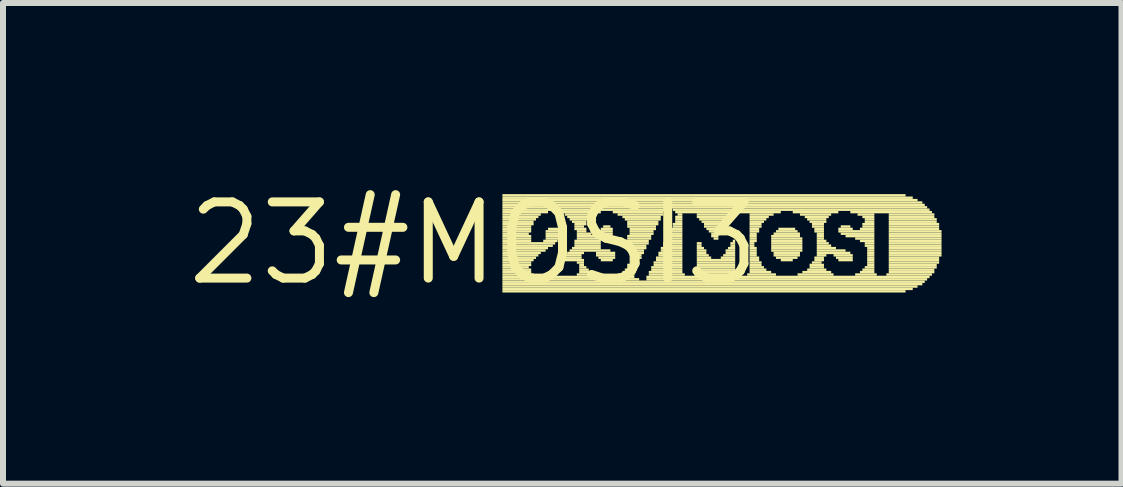
<source format=kicad_pcb>
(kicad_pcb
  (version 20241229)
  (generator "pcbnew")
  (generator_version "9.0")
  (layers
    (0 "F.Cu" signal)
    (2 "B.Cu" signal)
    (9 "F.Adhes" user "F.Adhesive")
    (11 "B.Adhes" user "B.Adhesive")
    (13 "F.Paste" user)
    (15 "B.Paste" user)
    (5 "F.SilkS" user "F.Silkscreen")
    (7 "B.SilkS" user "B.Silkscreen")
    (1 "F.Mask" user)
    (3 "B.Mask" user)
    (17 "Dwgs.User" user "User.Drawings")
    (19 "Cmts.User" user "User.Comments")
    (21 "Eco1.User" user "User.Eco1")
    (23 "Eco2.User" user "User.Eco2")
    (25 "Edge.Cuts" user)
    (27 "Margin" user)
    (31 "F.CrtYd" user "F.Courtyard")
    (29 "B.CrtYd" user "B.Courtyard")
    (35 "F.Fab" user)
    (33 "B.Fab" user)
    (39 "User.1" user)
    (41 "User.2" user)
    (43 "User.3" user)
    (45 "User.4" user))
  (footprint "23#MOSI3"
    (layer "F.Cu")
    (at 4.845 1.006)
    (property "Reference" "23#MOSI3" (at 0 0 0) (layer "F.SilkS") (effects (font (size 1.27 1.27) (thickness 0.15))))
    (fp_poly (pts (xy 0.48 -0.78) (xy 7.2 -0.78) (xy 7.2 -0.82) (xy 0.48 -0.82)) (stroke (width 0) (type default)) (fill yes) (layer "F.SilkS"))
    (fp_poly (pts (xy 0.48 -0.74) (xy 7.32 -0.74) (xy 7.32 -0.78) (xy 0.48 -0.78)) (stroke (width 0) (type default)) (fill yes) (layer "F.SilkS"))
    (fp_poly (pts (xy 0.48 -0.7) (xy 7.4 -0.7) (xy 7.4 -0.74) (xy 0.48 -0.74)) (stroke (width 0) (type default)) (fill yes) (layer "F.SilkS"))
    (fp_poly (pts (xy 0.48 -0.66) (xy 7.48 -0.66) (xy 7.48 -0.7) (xy 0.48 -0.7)) (stroke (width 0) (type default)) (fill yes) (layer "F.SilkS"))
    (fp_poly (pts (xy 0.48 -0.62) (xy 7.52 -0.62) (xy 7.52 -0.66) (xy 0.48 -0.66)) (stroke (width 0) (type default)) (fill yes) (layer "F.SilkS"))
    (fp_poly (pts (xy 0.48 -0.58) (xy 7.56 -0.58) (xy 7.56 -0.62) (xy 0.48 -0.62)) (stroke (width 0) (type default)) (fill yes) (layer "F.SilkS"))
    (fp_poly (pts (xy 0.48 -0.54) (xy 3.2 -0.54) (xy 3.2 -0.58) (xy 0.48 -0.58)) (stroke (width 0) (type default)) (fill yes) (layer "F.SilkS"))
    (fp_poly (pts (xy 0.48 -0.5) (xy 1.24 -0.5) (xy 1.24 -0.54) (xy 0.48 -0.54)) (stroke (width 0) (type default)) (fill yes) (layer "F.SilkS"))
    (fp_poly (pts (xy 0.48 -0.46) (xy 1.12 -0.46) (xy 1.12 -0.5) (xy 0.48 -0.5)) (stroke (width 0) (type default)) (fill yes) (layer "F.SilkS"))
    (fp_poly (pts (xy 0.48 -0.42) (xy 1.08 -0.42) (xy 1.08 -0.46) (xy 0.48 -0.46)) (stroke (width 0) (type default)) (fill yes) (layer "F.SilkS"))
    (fp_poly (pts (xy 0.48 -0.38) (xy 1.04 -0.38) (xy 1.04 -0.42) (xy 0.48 -0.42)) (stroke (width 0) (type default)) (fill yes) (layer "F.SilkS"))
    (fp_poly (pts (xy 0.48 -0.34) (xy 1 -0.34) (xy 1 -0.38) (xy 0.48 -0.38)) (stroke (width 0) (type default)) (fill yes) (layer "F.SilkS"))
    (fp_poly (pts (xy 0.48 -0.3) (xy 1 -0.3) (xy 1 -0.34) (xy 0.48 -0.34)) (stroke (width 0) (type default)) (fill yes) (layer "F.SilkS"))
    (fp_poly (pts (xy 0.48 -0.26) (xy 0.96 -0.26) (xy 0.96 -0.3) (xy 0.48 -0.3)) (stroke (width 0) (type default)) (fill yes) (layer "F.SilkS"))
    (fp_poly (pts (xy 0.48 -0.22) (xy 0.96 -0.22) (xy 0.96 -0.26) (xy 0.48 -0.26)) (stroke (width 0) (type default)) (fill yes) (layer "F.SilkS"))
    (fp_poly (pts (xy 0.48 -0.18) (xy 0.96 -0.18) (xy 0.96 -0.22) (xy 0.48 -0.22)) (stroke (width 0) (type default)) (fill yes) (layer "F.SilkS"))
    (fp_poly (pts (xy 0.48 -0.14) (xy 0.92 -0.14) (xy 0.92 -0.18) (xy 0.48 -0.18)) (stroke (width 0) (type default)) (fill yes) (layer "F.SilkS"))
    (fp_poly (pts (xy 0.48 -0.1) (xy 0.96 -0.1) (xy 0.96 -0.14) (xy 0.48 -0.14)) (stroke (width 0) (type default)) (fill yes) (layer "F.SilkS"))
    (fp_poly (pts (xy 0.48 -0.06) (xy 0.96 -0.06) (xy 0.96 -0.1) (xy 0.48 -0.1)) (stroke (width 0) (type default)) (fill yes) (layer "F.SilkS"))
    (fp_poly (pts (xy 0.48 -0.02) (xy 0.96 -0.02) (xy 0.96 -0.06) (xy 0.48 -0.06)) (stroke (width 0) (type default)) (fill yes) (layer "F.SilkS"))
    (fp_poly (pts (xy 0.48 0.02) (xy 1.36 0.02) (xy 1.36 -0.02) (xy 0.48 -0.02)) (stroke (width 0) (type default)) (fill yes) (layer "F.SilkS"))
    (fp_poly (pts (xy 0.48 0.06) (xy 1.32 0.06) (xy 1.32 0.02) (xy 0.48 0.02)) (stroke (width 0) (type default)) (fill yes) (layer "F.SilkS"))
    (fp_poly (pts (xy 0.48 0.1) (xy 1.24 0.1) (xy 1.24 0.06) (xy 0.48 0.06)) (stroke (width 0) (type default)) (fill yes) (layer "F.SilkS"))
    (fp_poly (pts (xy 0.48 0.14) (xy 1.2 0.14) (xy 1.2 0.1) (xy 0.48 0.1)) (stroke (width 0) (type default)) (fill yes) (layer "F.SilkS"))
    (fp_poly (pts (xy 0.48 0.18) (xy 1.12 0.18) (xy 1.12 0.14) (xy 0.48 0.14)) (stroke (width 0) (type default)) (fill yes) (layer "F.SilkS"))
    (fp_poly (pts (xy 0.48 0.22) (xy 1.08 0.22) (xy 1.08 0.18) (xy 0.48 0.18)) (stroke (width 0) (type default)) (fill yes) (layer "F.SilkS"))
    (fp_poly (pts (xy 0.48 0.26) (xy 1.04 0.26) (xy 1.04 0.22) (xy 0.48 0.22)) (stroke (width 0) (type default)) (fill yes) (layer "F.SilkS"))
    (fp_poly (pts (xy 0.48 0.3) (xy 1 0.3) (xy 1 0.26) (xy 0.48 0.26)) (stroke (width 0) (type default)) (fill yes) (layer "F.SilkS"))
    (fp_poly (pts (xy 0.48 0.34) (xy 0.96 0.34) (xy 0.96 0.3) (xy 0.48 0.3)) (stroke (width 0) (type default)) (fill yes) (layer "F.SilkS"))
    (fp_poly (pts (xy 0.48 0.38) (xy 0.96 0.38) (xy 0.96 0.34) (xy 0.48 0.34)) (stroke (width 0) (type default)) (fill yes) (layer "F.SilkS"))
    (fp_poly (pts (xy 0.48 0.42) (xy 0.92 0.42) (xy 0.92 0.38) (xy 0.48 0.38)) (stroke (width 0) (type default)) (fill yes) (layer "F.SilkS"))
    (fp_poly (pts (xy 0.48 0.46) (xy 0.96 0.46) (xy 0.96 0.42) (xy 0.48 0.42)) (stroke (width 0) (type default)) (fill yes) (layer "F.SilkS"))
    (fp_poly (pts (xy 0.48 0.5) (xy 0.96 0.5) (xy 0.96 0.46) (xy 0.48 0.46)) (stroke (width 0) (type default)) (fill yes) (layer "F.SilkS"))
    (fp_poly (pts (xy 0.48 0.54) (xy 1 0.54) (xy 1 0.5) (xy 0.48 0.5)) (stroke (width 0) (type default)) (fill yes) (layer "F.SilkS"))
    (fp_poly (pts (xy 0.48 0.58) (xy 2.68 0.58) (xy 2.68 0.54) (xy 0.48 0.54)) (stroke (width 0) (type default)) (fill yes) (layer "F.SilkS"))
    (fp_poly (pts (xy 0.48 0.62) (xy 2.76 0.62) (xy 2.76 0.58) (xy 0.48 0.58)) (stroke (width 0) (type default)) (fill yes) (layer "F.SilkS"))
    (fp_poly (pts (xy 0.48 0.66) (xy 7.52 0.66) (xy 7.52 0.62) (xy 0.48 0.62)) (stroke (width 0) (type default)) (fill yes) (layer "F.SilkS"))
    (fp_poly (pts (xy 0.48 0.7) (xy 7.48 0.7) (xy 7.48 0.66) (xy 0.48 0.66)) (stroke (width 0) (type default)) (fill yes) (layer "F.SilkS"))
    (fp_poly (pts (xy 0.48 0.74) (xy 7.4 0.74) (xy 7.4 0.7) (xy 0.48 0.7)) (stroke (width 0) (type default)) (fill yes) (layer "F.SilkS"))
    (fp_poly (pts (xy 0.48 0.78) (xy 7.32 0.78) (xy 7.32 0.74) (xy 0.48 0.74)) (stroke (width 0) (type default)) (fill yes) (layer "F.SilkS"))
    (fp_poly (pts (xy 0.48 0.82) (xy 7.2 0.82) (xy 7.2 0.78) (xy 0.48 0.78)) (stroke (width 0) (type default)) (fill yes) (layer "F.SilkS"))
    (fp_poly (pts (xy 1.16 -0.02) (xy 1.4 -0.02) (xy 1.4 -0.06) (xy 1.16 -0.06)) (stroke (width 0) (type default)) (fill yes) (layer "F.SilkS"))
    (fp_poly (pts (xy 1.2 -0.18) (xy 1.44 -0.18) (xy 1.44 -0.22) (xy 1.2 -0.22)) (stroke (width 0) (type default)) (fill yes) (layer "F.SilkS"))
    (fp_poly (pts (xy 1.2 -0.14) (xy 1.48 -0.14) (xy 1.48 -0.18) (xy 1.2 -0.18)) (stroke (width 0) (type default)) (fill yes) (layer "F.SilkS"))
    (fp_poly (pts (xy 1.2 -0.1) (xy 1.44 -0.1) (xy 1.44 -0.14) (xy 1.2 -0.14)) (stroke (width 0) (type default)) (fill yes) (layer "F.SilkS"))
    (fp_poly (pts (xy 1.2 -0.06) (xy 1.44 -0.06) (xy 1.44 -0.1) (xy 1.2 -0.1)) (stroke (width 0) (type default)) (fill yes) (layer "F.SilkS"))
    (fp_poly (pts (xy 1.24 -0.22) (xy 1.44 -0.22) (xy 1.44 -0.26) (xy 1.24 -0.26)) (stroke (width 0) (type default)) (fill yes) (layer "F.SilkS"))
    (fp_poly (pts (xy 1.4 -0.5) (xy 2.12 -0.5) (xy 2.12 -0.54) (xy 1.4 -0.54)) (stroke (width 0) (type default)) (fill yes) (layer "F.SilkS"))
    (fp_poly (pts (xy 1.4 0.3) (xy 1.84 0.3) (xy 1.84 0.26) (xy 1.4 0.26)) (stroke (width 0) (type default)) (fill yes) (layer "F.SilkS"))
    (fp_poly (pts (xy 1.44 0.26) (xy 1.8 0.26) (xy 1.8 0.22) (xy 1.44 0.22)) (stroke (width 0) (type default)) (fill yes) (layer "F.SilkS"))
    (fp_poly (pts (xy 1.52 -0.46) (xy 2 -0.46) (xy 2 -0.5) (xy 1.52 -0.5)) (stroke (width 0) (type default)) (fill yes) (layer "F.SilkS"))
    (fp_poly (pts (xy 1.52 0.22) (xy 1.8 0.22) (xy 1.8 0.18) (xy 1.52 0.18)) (stroke (width 0) (type default)) (fill yes) (layer "F.SilkS"))
    (fp_poly (pts (xy 1.56 -0.42) (xy 1.96 -0.42) (xy 1.96 -0.46) (xy 1.56 -0.46)) (stroke (width 0) (type default)) (fill yes) (layer "F.SilkS"))
    (fp_poly (pts (xy 1.56 0.18) (xy 1.84 0.18) (xy 1.84 0.14) (xy 1.56 0.14)) (stroke (width 0) (type default)) (fill yes) (layer "F.SilkS"))
    (fp_poly (pts (xy 1.6 -0.38) (xy 1.92 -0.38) (xy 1.92 -0.42) (xy 1.6 -0.42)) (stroke (width 0) (type default)) (fill yes) (layer "F.SilkS"))
    (fp_poly (pts (xy 1.6 0.14) (xy 2.28 0.14) (xy 2.28 0.1) (xy 1.6 0.1)) (stroke (width 0) (type default)) (fill yes) (layer "F.SilkS"))
    (fp_poly (pts (xy 1.64 -0.34) (xy 1.88 -0.34) (xy 1.88 -0.38) (xy 1.64 -0.38)) (stroke (width 0) (type default)) (fill yes) (layer "F.SilkS"))
    (fp_poly (pts (xy 1.64 0.1) (xy 2.12 0.1) (xy 2.12 0.06) (xy 1.64 0.06)) (stroke (width 0) (type default)) (fill yes) (layer "F.SilkS"))
    (fp_poly (pts (xy 1.68 -0.3) (xy 1.88 -0.3) (xy 1.88 -0.34) (xy 1.68 -0.34)) (stroke (width 0) (type default)) (fill yes) (layer "F.SilkS"))
    (fp_poly (pts (xy 1.68 -0.26) (xy 1.84 -0.26) (xy 1.84 -0.3) (xy 1.68 -0.3)) (stroke (width 0) (type default)) (fill yes) (layer "F.SilkS"))
    (fp_poly (pts (xy 1.68 -0.22) (xy 1.88 -0.22) (xy 1.88 -0.26) (xy 1.68 -0.26)) (stroke (width 0) (type default)) (fill yes) (layer "F.SilkS"))
    (fp_poly (pts (xy 1.68 -0.02) (xy 2.12 -0.02) (xy 2.12 -0.06) (xy 1.68 -0.06)) (stroke (width 0) (type default)) (fill yes) (layer "F.SilkS"))
    (fp_poly (pts (xy 1.68 0.02) (xy 2.12 0.02) (xy 2.12 -0.02) (xy 1.68 -0.02)) (stroke (width 0) (type default)) (fill yes) (layer "F.SilkS"))
    (fp_poly (pts (xy 1.68 0.06) (xy 2.12 0.06) (xy 2.12 0.02) (xy 1.68 0.02)) (stroke (width 0) (type default)) (fill yes) (layer "F.SilkS"))
    (fp_poly (pts (xy 1.72 -0.18) (xy 1.88 -0.18) (xy 1.88 -0.22) (xy 1.72 -0.22)) (stroke (width 0) (type default)) (fill yes) (layer "F.SilkS"))
    (fp_poly (pts (xy 1.72 -0.14) (xy 1.96 -0.14) (xy 1.96 -0.18) (xy 1.72 -0.18)) (stroke (width 0) (type default)) (fill yes) (layer "F.SilkS"))
    (fp_poly (pts (xy 1.72 -0.1) (xy 2.12 -0.1) (xy 2.12 -0.14) (xy 1.72 -0.14)) (stroke (width 0) (type default)) (fill yes) (layer "F.SilkS"))
    (fp_poly (pts (xy 1.72 -0.06) (xy 2.12 -0.06) (xy 2.12 -0.1) (xy 1.72 -0.1)) (stroke (width 0) (type default)) (fill yes) (layer "F.SilkS"))
    (fp_poly (pts (xy 1.72 0.34) (xy 1.84 0.34) (xy 1.84 0.3) (xy 1.72 0.3)) (stroke (width 0) (type default)) (fill yes) (layer "F.SilkS"))
    (fp_poly (pts (xy 1.72 0.54) (xy 2 0.54) (xy 2 0.5) (xy 1.72 0.5)) (stroke (width 0) (type default)) (fill yes) (layer "F.SilkS"))
    (fp_poly (pts (xy 1.76 0.38) (xy 1.84 0.38) (xy 1.84 0.34) (xy 1.76 0.34)) (stroke (width 0) (type default)) (fill yes) (layer "F.SilkS"))
    (fp_poly (pts (xy 1.76 0.42) (xy 1.88 0.42) (xy 1.88 0.38) (xy 1.76 0.38)) (stroke (width 0) (type default)) (fill yes) (layer "F.SilkS"))
    (fp_poly (pts (xy 1.76 0.46) (xy 1.92 0.46) (xy 1.92 0.42) (xy 1.76 0.42)) (stroke (width 0) (type default)) (fill yes) (layer "F.SilkS"))
    (fp_poly (pts (xy 1.76 0.5) (xy 1.96 0.5) (xy 1.96 0.46) (xy 1.76 0.46)) (stroke (width 0) (type default)) (fill yes) (layer "F.SilkS"))
    (fp_poly (pts (xy 2.04 -0.14) (xy 2.32 -0.14) (xy 2.32 -0.18) (xy 2.04 -0.18)) (stroke (width 0) (type default)) (fill yes) (layer "F.SilkS"))
    (fp_poly (pts (xy 2.04 0.18) (xy 2.36 0.18) (xy 2.36 0.14) (xy 2.04 0.14)) (stroke (width 0) (type default)) (fill yes) (layer "F.SilkS"))
    (fp_poly (pts (xy 2.04 0.22) (xy 2.36 0.22) (xy 2.36 0.18) (xy 2.04 0.18)) (stroke (width 0) (type default)) (fill yes) (layer "F.SilkS"))
    (fp_poly (pts (xy 2.08 -0.18) (xy 2.32 -0.18) (xy 2.32 -0.22) (xy 2.08 -0.22)) (stroke (width 0) (type default)) (fill yes) (layer "F.SilkS"))
    (fp_poly (pts (xy 2.08 0.26) (xy 2.36 0.26) (xy 2.36 0.22) (xy 2.08 0.22)) (stroke (width 0) (type default)) (fill yes) (layer "F.SilkS"))
    (fp_poly (pts (xy 2.12 -0.22) (xy 2.32 -0.22) (xy 2.32 -0.26) (xy 2.12 -0.26)) (stroke (width 0) (type default)) (fill yes) (layer "F.SilkS"))
    (fp_poly (pts (xy 2.12 0.3) (xy 2.32 0.3) (xy 2.32 0.26) (xy 2.12 0.26)) (stroke (width 0) (type default)) (fill yes) (layer "F.SilkS"))
    (fp_poly (pts (xy 2.16 -0.26) (xy 2.28 -0.26) (xy 2.28 -0.3) (xy 2.16 -0.3)) (stroke (width 0) (type default)) (fill yes) (layer "F.SilkS"))
    (fp_poly (pts (xy 2.32 -0.5) (xy 3.16 -0.5) (xy 3.16 -0.54) (xy 2.32 -0.54)) (stroke (width 0) (type default)) (fill yes) (layer "F.SilkS"))
    (fp_poly (pts (xy 2.4 -0.46) (xy 3.16 -0.46) (xy 3.16 -0.5) (xy 2.4 -0.5)) (stroke (width 0) (type default)) (fill yes) (layer "F.SilkS"))
    (fp_poly (pts (xy 2.4 0.54) (xy 2.68 0.54) (xy 2.68 0.5) (xy 2.4 0.5)) (stroke (width 0) (type default)) (fill yes) (layer "F.SilkS"))
    (fp_poly (pts (xy 2.48 -0.42) (xy 3.12 -0.42) (xy 3.12 -0.46) (xy 2.48 -0.46)) (stroke (width 0) (type default)) (fill yes) (layer "F.SilkS"))
    (fp_poly (pts (xy 2.48 0.02) (xy 2.92 0.02) (xy 2.92 -0.02) (xy 2.48 -0.02)) (stroke (width 0) (type default)) (fill yes) (layer "F.SilkS"))
    (fp_poly (pts (xy 2.48 0.5) (xy 2.68 0.5) (xy 2.68 0.46) (xy 2.48 0.46)) (stroke (width 0) (type default)) (fill yes) (layer "F.SilkS"))
    (fp_poly (pts (xy 2.52 -0.38) (xy 3.12 -0.38) (xy 3.12 -0.42) (xy 2.52 -0.42)) (stroke (width 0) (type default)) (fill yes) (layer "F.SilkS"))
    (fp_poly (pts (xy 2.52 -0.02) (xy 2.92 -0.02) (xy 2.92 -0.06) (xy 2.52 -0.06)) (stroke (width 0) (type default)) (fill yes) (layer "F.SilkS"))
    (fp_poly (pts (xy 2.52 0.06) (xy 2.88 0.06) (xy 2.88 0.02) (xy 2.52 0.02)) (stroke (width 0) (type default)) (fill yes) (layer "F.SilkS"))
    (fp_poly (pts (xy 2.52 0.46) (xy 2.72 0.46) (xy 2.72 0.42) (xy 2.52 0.42)) (stroke (width 0) (type default)) (fill yes) (layer "F.SilkS"))
    (fp_poly (pts (xy 2.56 -0.34) (xy 3.08 -0.34) (xy 3.08 -0.38) (xy 2.56 -0.38)) (stroke (width 0) (type default)) (fill yes) (layer "F.SilkS"))
    (fp_poly (pts (xy 2.56 -0.3) (xy 3.08 -0.3) (xy 3.08 -0.34) (xy 2.56 -0.34)) (stroke (width 0) (type default)) (fill yes) (layer "F.SilkS"))
    (fp_poly (pts (xy 2.56 -0.26) (xy 3.04 -0.26) (xy 3.04 -0.3) (xy 2.56 -0.3)) (stroke (width 0) (type default)) (fill yes) (layer "F.SilkS"))
    (fp_poly (pts (xy 2.56 -0.1) (xy 2.96 -0.1) (xy 2.96 -0.14) (xy 2.56 -0.14)) (stroke (width 0) (type default)) (fill yes) (layer "F.SilkS"))
    (fp_poly (pts (xy 2.56 -0.06) (xy 2.96 -0.06) (xy 2.96 -0.1) (xy 2.56 -0.1)) (stroke (width 0) (type default)) (fill yes) (layer "F.SilkS"))
    (fp_poly (pts (xy 2.56 0.1) (xy 2.88 0.1) (xy 2.88 0.06) (xy 2.56 0.06)) (stroke (width 0) (type default)) (fill yes) (layer "F.SilkS"))
    (fp_poly (pts (xy 2.56 0.38) (xy 2.72 0.38) (xy 2.72 0.34) (xy 2.56 0.34)) (stroke (width 0) (type default)) (fill yes) (layer "F.SilkS"))
    (fp_poly (pts (xy 2.56 0.42) (xy 2.72 0.42) (xy 2.72 0.38) (xy 2.56 0.38)) (stroke (width 0) (type default)) (fill yes) (layer "F.SilkS"))
    (fp_poly (pts (xy 2.6 -0.22) (xy 3.04 -0.22) (xy 3.04 -0.26) (xy 2.6 -0.26)) (stroke (width 0) (type default)) (fill yes) (layer "F.SilkS"))
    (fp_poly (pts (xy 2.6 -0.18) (xy 3 -0.18) (xy 3 -0.22) (xy 2.6 -0.22)) (stroke (width 0) (type default)) (fill yes) (layer "F.SilkS"))
    (fp_poly (pts (xy 2.6 -0.14) (xy 3 -0.14) (xy 3 -0.18) (xy 2.6 -0.18)) (stroke (width 0) (type default)) (fill yes) (layer "F.SilkS"))
    (fp_poly (pts (xy 2.6 0.14) (xy 2.84 0.14) (xy 2.84 0.1) (xy 2.6 0.1)) (stroke (width 0) (type default)) (fill yes) (layer "F.SilkS"))
    (fp_poly (pts (xy 2.6 0.18) (xy 2.84 0.18) (xy 2.84 0.14) (xy 2.6 0.14)) (stroke (width 0) (type default)) (fill yes) (layer "F.SilkS"))
    (fp_poly (pts (xy 2.6 0.22) (xy 2.8 0.22) (xy 2.8 0.18) (xy 2.6 0.18)) (stroke (width 0) (type default)) (fill yes) (layer "F.SilkS"))
    (fp_poly (pts (xy 2.6 0.26) (xy 2.8 0.26) (xy 2.8 0.22) (xy 2.6 0.22)) (stroke (width 0) (type default)) (fill yes) (layer "F.SilkS"))
    (fp_poly (pts (xy 2.6 0.3) (xy 2.76 0.3) (xy 2.76 0.26) (xy 2.6 0.26)) (stroke (width 0) (type default)) (fill yes) (layer "F.SilkS"))
    (fp_poly (pts (xy 2.6 0.34) (xy 2.76 0.34) (xy 2.76 0.3) (xy 2.6 0.3)) (stroke (width 0) (type default)) (fill yes) (layer "F.SilkS"))
    (fp_poly (pts (xy 2.88 0.58) (xy 7.6 0.58) (xy 7.6 0.54) (xy 2.88 0.54)) (stroke (width 0) (type default)) (fill yes) (layer "F.SilkS"))
    (fp_poly (pts (xy 2.88 0.62) (xy 7.56 0.62) (xy 7.56 0.58) (xy 2.88 0.58)) (stroke (width 0) (type default)) (fill yes) (layer "F.SilkS"))
    (fp_poly (pts (xy 2.92 0.5) (xy 3.48 0.5) (xy 3.48 0.46) (xy 2.92 0.46)) (stroke (width 0) (type default)) (fill yes) (layer "F.SilkS"))
    (fp_poly (pts (xy 2.92 0.54) (xy 3.52 0.54) (xy 3.52 0.5) (xy 2.92 0.5)) (stroke (width 0) (type default)) (fill yes) (layer "F.SilkS"))
    (fp_poly (pts (xy 2.96 0.42) (xy 3.48 0.42) (xy 3.48 0.38) (xy 2.96 0.38)) (stroke (width 0) (type default)) (fill yes) (layer "F.SilkS"))
    (fp_poly (pts (xy 2.96 0.46) (xy 3.48 0.46) (xy 3.48 0.42) (xy 2.96 0.42)) (stroke (width 0) (type default)) (fill yes) (layer "F.SilkS"))
    (fp_poly (pts (xy 3 0.34) (xy 3.48 0.34) (xy 3.48 0.3) (xy 3 0.3)) (stroke (width 0) (type default)) (fill yes) (layer "F.SilkS"))
    (fp_poly (pts (xy 3 0.38) (xy 3.48 0.38) (xy 3.48 0.34) (xy 3 0.34)) (stroke (width 0) (type default)) (fill yes) (layer "F.SilkS"))
    (fp_poly (pts (xy 3.04 0.26) (xy 3.48 0.26) (xy 3.48 0.22) (xy 3.04 0.22)) (stroke (width 0) (type default)) (fill yes) (layer "F.SilkS"))
    (fp_poly (pts (xy 3.04 0.3) (xy 3.48 0.3) (xy 3.48 0.26) (xy 3.04 0.26)) (stroke (width 0) (type default)) (fill yes) (layer "F.SilkS"))
    (fp_poly (pts (xy 3.08 0.18) (xy 3.48 0.18) (xy 3.48 0.14) (xy 3.08 0.14)) (stroke (width 0) (type default)) (fill yes) (layer "F.SilkS"))
    (fp_poly (pts (xy 3.08 0.22) (xy 3.48 0.22) (xy 3.48 0.18) (xy 3.08 0.18)) (stroke (width 0) (type default)) (fill yes) (layer "F.SilkS"))
    (fp_poly (pts (xy 3.12 0.1) (xy 3.48 0.1) (xy 3.48 0.06) (xy 3.12 0.06)) (stroke (width 0) (type default)) (fill yes) (layer "F.SilkS"))
    (fp_poly (pts (xy 3.12 0.14) (xy 3.48 0.14) (xy 3.48 0.1) (xy 3.12 0.1)) (stroke (width 0) (type default)) (fill yes) (layer "F.SilkS"))
    (fp_poly (pts (xy 3.16 0.02) (xy 3.48 0.02) (xy 3.48 -0.02) (xy 3.16 -0.02)) (stroke (width 0) (type default)) (fill yes) (layer "F.SilkS"))
    (fp_poly (pts (xy 3.16 0.06) (xy 3.48 0.06) (xy 3.48 0.02) (xy 3.16 0.02)) (stroke (width 0) (type default)) (fill yes) (layer "F.SilkS"))
    (fp_poly (pts (xy 3.2 -0.06) (xy 3.48 -0.06) (xy 3.48 -0.1) (xy 3.2 -0.1)) (stroke (width 0) (type default)) (fill yes) (layer "F.SilkS"))
    (fp_poly (pts (xy 3.2 -0.02) (xy 3.48 -0.02) (xy 3.48 -0.06) (xy 3.2 -0.06)) (stroke (width 0) (type default)) (fill yes) (layer "F.SilkS"))
    (fp_poly (pts (xy 3.24 -0.14) (xy 3.48 -0.14) (xy 3.48 -0.18) (xy 3.24 -0.18)) (stroke (width 0) (type default)) (fill yes) (layer "F.SilkS"))
    (fp_poly (pts (xy 3.24 -0.1) (xy 3.48 -0.1) (xy 3.48 -0.14) (xy 3.24 -0.14)) (stroke (width 0) (type default)) (fill yes) (layer "F.SilkS"))
    (fp_poly (pts (xy 3.28 -0.22) (xy 3.48 -0.22) (xy 3.48 -0.26) (xy 3.28 -0.26)) (stroke (width 0) (type default)) (fill yes) (layer "F.SilkS"))
    (fp_poly (pts (xy 3.28 -0.18) (xy 3.48 -0.18) (xy 3.48 -0.22) (xy 3.28 -0.22)) (stroke (width 0) (type default)) (fill yes) (layer "F.SilkS"))
    (fp_poly (pts (xy 3.32 -0.54) (xy 7.6 -0.54) (xy 7.6 -0.58) (xy 3.32 -0.58)) (stroke (width 0) (type default)) (fill yes) (layer "F.SilkS"))
    (fp_poly (pts (xy 3.32 -0.3) (xy 3.48 -0.3) (xy 3.48 -0.34) (xy 3.32 -0.34)) (stroke (width 0) (type default)) (fill yes) (layer "F.SilkS"))
    (fp_poly (pts (xy 3.32 -0.26) (xy 3.48 -0.26) (xy 3.48 -0.3) (xy 3.32 -0.3)) (stroke (width 0) (type default)) (fill yes) (layer "F.SilkS"))
    (fp_poly (pts (xy 3.36 -0.5) (xy 5.12 -0.5) (xy 5.12 -0.54) (xy 3.36 -0.54)) (stroke (width 0) (type default)) (fill yes) (layer "F.SilkS"))
    (fp_poly (pts (xy 3.36 -0.42) (xy 3.48 -0.42) (xy 3.48 -0.46) (xy 3.36 -0.46)) (stroke (width 0) (type default)) (fill yes) (layer "F.SilkS"))
    (fp_poly (pts (xy 3.36 -0.38) (xy 3.48 -0.38) (xy 3.48 -0.42) (xy 3.36 -0.42)) (stroke (width 0) (type default)) (fill yes) (layer "F.SilkS"))
    (fp_poly (pts (xy 3.36 -0.34) (xy 3.48 -0.34) (xy 3.48 -0.38) (xy 3.36 -0.38)) (stroke (width 0) (type default)) (fill yes) (layer "F.SilkS"))
    (fp_poly (pts (xy 3.4 -0.46) (xy 3.48 -0.46) (xy 3.48 -0.5) (xy 3.4 -0.5)) (stroke (width 0) (type default)) (fill yes) (layer "F.SilkS"))
    (fp_poly (pts (xy 3.68 0.54) (xy 4.4 0.54) (xy 4.4 0.5) (xy 3.68 0.5)) (stroke (width 0) (type default)) (fill yes) (layer "F.SilkS"))
    (fp_poly (pts (xy 3.72 -0.46) (xy 4.36 -0.46) (xy 4.36 -0.5) (xy 3.72 -0.5)) (stroke (width 0) (type default)) (fill yes) (layer "F.SilkS"))
    (fp_poly (pts (xy 3.72 -0.42) (xy 4.36 -0.42) (xy 4.36 -0.46) (xy 3.72 -0.46)) (stroke (width 0) (type default)) (fill yes) (layer "F.SilkS"))
    (fp_poly (pts (xy 3.72 0.02) (xy 3.8 0.02) (xy 3.8 -0.02) (xy 3.72 -0.02)) (stroke (width 0) (type default)) (fill yes) (layer "F.SilkS"))
    (fp_poly (pts (xy 3.72 0.06) (xy 3.8 0.06) (xy 3.8 0.02) (xy 3.72 0.02)) (stroke (width 0) (type default)) (fill yes) (layer "F.SilkS"))
    (fp_poly (pts (xy 3.72 0.1) (xy 3.84 0.1) (xy 3.84 0.06) (xy 3.72 0.06)) (stroke (width 0) (type default)) (fill yes) (layer "F.SilkS"))
    (fp_poly (pts (xy 3.72 0.14) (xy 3.88 0.14) (xy 3.88 0.1) (xy 3.72 0.1)) (stroke (width 0) (type default)) (fill yes) (layer "F.SilkS"))
    (fp_poly (pts (xy 3.72 0.18) (xy 3.88 0.18) (xy 3.88 0.14) (xy 3.72 0.14)) (stroke (width 0) (type default)) (fill yes) (layer "F.SilkS"))
    (fp_poly (pts (xy 3.72 0.22) (xy 3.92 0.22) (xy 3.92 0.18) (xy 3.72 0.18)) (stroke (width 0) (type default)) (fill yes) (layer "F.SilkS"))
    (fp_poly (pts (xy 3.72 0.26) (xy 3.96 0.26) (xy 3.96 0.22) (xy 3.72 0.22)) (stroke (width 0) (type default)) (fill yes) (layer "F.SilkS"))
    (fp_poly (pts (xy 3.72 0.3) (xy 4.36 0.3) (xy 4.36 0.26) (xy 3.72 0.26)) (stroke (width 0) (type default)) (fill yes) (layer "F.SilkS"))
    (fp_poly (pts (xy 3.72 0.34) (xy 4.36 0.34) (xy 4.36 0.3) (xy 3.72 0.3)) (stroke (width 0) (type default)) (fill yes) (layer "F.SilkS"))
    (fp_poly (pts (xy 3.72 0.38) (xy 4.36 0.38) (xy 4.36 0.34) (xy 3.72 0.34)) (stroke (width 0) (type default)) (fill yes) (layer "F.SilkS"))
    (fp_poly (pts (xy 3.72 0.42) (xy 4.36 0.42) (xy 4.36 0.38) (xy 3.72 0.38)) (stroke (width 0) (type default)) (fill yes) (layer "F.SilkS"))
    (fp_poly (pts (xy 3.72 0.46) (xy 4.36 0.46) (xy 4.36 0.42) (xy 3.72 0.42)) (stroke (width 0) (type default)) (fill yes) (layer "F.SilkS"))
    (fp_poly (pts (xy 3.72 0.5) (xy 4.36 0.5) (xy 4.36 0.46) (xy 3.72 0.46)) (stroke (width 0) (type default)) (fill yes) (layer "F.SilkS"))
    (fp_poly (pts (xy 3.76 -0.38) (xy 4.32 -0.38) (xy 4.32 -0.42) (xy 3.76 -0.42)) (stroke (width 0) (type default)) (fill yes) (layer "F.SilkS"))
    (fp_poly (pts (xy 3.8 -0.34) (xy 4.28 -0.34) (xy 4.28 -0.38) (xy 3.8 -0.38)) (stroke (width 0) (type default)) (fill yes) (layer "F.SilkS"))
    (fp_poly (pts (xy 3.84 -0.3) (xy 4.24 -0.3) (xy 4.24 -0.34) (xy 3.84 -0.34)) (stroke (width 0) (type default)) (fill yes) (layer "F.SilkS"))
    (fp_poly (pts (xy 3.84 -0.26) (xy 4.2 -0.26) (xy 4.2 -0.3) (xy 3.84 -0.3)) (stroke (width 0) (type default)) (fill yes) (layer "F.SilkS"))
    (fp_poly (pts (xy 3.88 -0.22) (xy 4.2 -0.22) (xy 4.2 -0.26) (xy 3.88 -0.26)) (stroke (width 0) (type default)) (fill yes) (layer "F.SilkS"))
    (fp_poly (pts (xy 3.92 -0.18) (xy 4.16 -0.18) (xy 4.16 -0.22) (xy 3.92 -0.22)) (stroke (width 0) (type default)) (fill yes) (layer "F.SilkS"))
    (fp_poly (pts (xy 3.96 -0.14) (xy 4.12 -0.14) (xy 4.12 -0.18) (xy 3.96 -0.18)) (stroke (width 0) (type default)) (fill yes) (layer "F.SilkS"))
    (fp_poly (pts (xy 3.96 -0.1) (xy 4.08 -0.1) (xy 4.08 -0.14) (xy 3.96 -0.14)) (stroke (width 0) (type default)) (fill yes) (layer "F.SilkS"))
    (fp_poly (pts (xy 4 -0.06) (xy 4.08 -0.06) (xy 4.08 -0.1) (xy 4 -0.1)) (stroke (width 0) (type default)) (fill yes) (layer "F.SilkS"))
    (fp_poly (pts (xy 4.12 0.26) (xy 4.36 0.26) (xy 4.36 0.22) (xy 4.12 0.22)) (stroke (width 0) (type default)) (fill yes) (layer "F.SilkS"))
    (fp_poly (pts (xy 4.16 0.22) (xy 4.36 0.22) (xy 4.36 0.18) (xy 4.16 0.18)) (stroke (width 0) (type default)) (fill yes) (layer "F.SilkS"))
    (fp_poly (pts (xy 4.2 0.14) (xy 4.36 0.14) (xy 4.36 0.1) (xy 4.2 0.1)) (stroke (width 0) (type default)) (fill yes) (layer "F.SilkS"))
    (fp_poly (pts (xy 4.2 0.18) (xy 4.36 0.18) (xy 4.36 0.14) (xy 4.2 0.14)) (stroke (width 0) (type default)) (fill yes) (layer "F.SilkS"))
    (fp_poly (pts (xy 4.24 0.1) (xy 4.36 0.1) (xy 4.36 0.06) (xy 4.24 0.06)) (stroke (width 0) (type default)) (fill yes) (layer "F.SilkS"))
    (fp_poly (pts (xy 4.28 0.02) (xy 4.36 0.02) (xy 4.36 -0.02) (xy 4.28 -0.02)) (stroke (width 0) (type default)) (fill yes) (layer "F.SilkS"))
    (fp_poly (pts (xy 4.28 0.06) (xy 4.36 0.06) (xy 4.36 0.02) (xy 4.28 0.02)) (stroke (width 0) (type default)) (fill yes) (layer "F.SilkS"))
    (fp_poly (pts (xy 4.32 -0.02) (xy 4.36 -0.02) (xy 4.36 -0.06) (xy 4.32 -0.06)) (stroke (width 0) (type default)) (fill yes) (layer "F.SilkS"))
    (fp_poly (pts (xy 4.56 0.54) (xy 5.04 0.54) (xy 5.04 0.5) (xy 4.56 0.5)) (stroke (width 0) (type default)) (fill yes) (layer "F.SilkS"))
    (fp_poly (pts (xy 4.6 -0.46) (xy 5 -0.46) (xy 5 -0.5) (xy 4.6 -0.5)) (stroke (width 0) (type default)) (fill yes) (layer "F.SilkS"))
    (fp_poly (pts (xy 4.6 -0.42) (xy 4.92 -0.42) (xy 4.92 -0.46) (xy 4.6 -0.46)) (stroke (width 0) (type default)) (fill yes) (layer "F.SilkS"))
    (fp_poly (pts (xy 4.6 -0.38) (xy 4.88 -0.38) (xy 4.88 -0.42) (xy 4.6 -0.42)) (stroke (width 0) (type default)) (fill yes) (layer "F.SilkS"))
    (fp_poly (pts (xy 4.6 -0.34) (xy 4.84 -0.34) (xy 4.84 -0.38) (xy 4.6 -0.38)) (stroke (width 0) (type default)) (fill yes) (layer "F.SilkS"))
    (fp_poly (pts (xy 4.6 -0.3) (xy 4.8 -0.3) (xy 4.8 -0.34) (xy 4.6 -0.34)) (stroke (width 0) (type default)) (fill yes) (layer "F.SilkS"))
    (fp_poly (pts (xy 4.6 -0.26) (xy 4.8 -0.26) (xy 4.8 -0.3) (xy 4.6 -0.3)) (stroke (width 0) (type default)) (fill yes) (layer "F.SilkS"))
    (fp_poly (pts (xy 4.6 -0.22) (xy 4.76 -0.22) (xy 4.76 -0.26) (xy 4.6 -0.26)) (stroke (width 0) (type default)) (fill yes) (layer "F.SilkS"))
    (fp_poly (pts (xy 4.6 -0.18) (xy 4.76 -0.18) (xy 4.76 -0.22) (xy 4.6 -0.22)) (stroke (width 0) (type default)) (fill yes) (layer "F.SilkS"))
    (fp_poly (pts (xy 4.6 -0.14) (xy 4.72 -0.14) (xy 4.72 -0.18) (xy 4.6 -0.18)) (stroke (width 0) (type default)) (fill yes) (layer "F.SilkS"))
    (fp_poly (pts (xy 4.6 -0.1) (xy 4.72 -0.1) (xy 4.72 -0.14) (xy 4.6 -0.14)) (stroke (width 0) (type default)) (fill yes) (layer "F.SilkS"))
    (fp_poly (pts (xy 4.6 -0.06) (xy 4.72 -0.06) (xy 4.72 -0.1) (xy 4.6 -0.1)) (stroke (width 0) (type default)) (fill yes) (layer "F.SilkS"))
    (fp_poly (pts (xy 4.6 -0.02) (xy 4.72 -0.02) (xy 4.72 -0.06) (xy 4.6 -0.06)) (stroke (width 0) (type default)) (fill yes) (layer "F.SilkS"))
    (fp_poly (pts (xy 4.6 0.02) (xy 4.68 0.02) (xy 4.68 -0.02) (xy 4.6 -0.02)) (stroke (width 0) (type default)) (fill yes) (layer "F.SilkS"))
    (fp_poly (pts (xy 4.6 0.06) (xy 4.68 0.06) (xy 4.68 0.02) (xy 4.6 0.02)) (stroke (width 0) (type default)) (fill yes) (layer "F.SilkS"))
    (fp_poly (pts (xy 4.6 0.1) (xy 4.72 0.1) (xy 4.72 0.06) (xy 4.6 0.06)) (stroke (width 0) (type default)) (fill yes) (layer "F.SilkS"))
    (fp_poly (pts (xy 4.6 0.14) (xy 4.72 0.14) (xy 4.72 0.1) (xy 4.6 0.1)) (stroke (width 0) (type default)) (fill yes) (layer "F.SilkS"))
    (fp_poly (pts (xy 4.6 0.18) (xy 4.72 0.18) (xy 4.72 0.14) (xy 4.6 0.14)) (stroke (width 0) (type default)) (fill yes) (layer "F.SilkS"))
    (fp_poly (pts (xy 4.6 0.22) (xy 4.72 0.22) (xy 4.72 0.18) (xy 4.6 0.18)) (stroke (width 0) (type default)) (fill yes) (layer "F.SilkS"))
    (fp_poly (pts (xy 4.6 0.26) (xy 4.76 0.26) (xy 4.76 0.22) (xy 4.6 0.22)) (stroke (width 0) (type default)) (fill yes) (layer "F.SilkS"))
    (fp_poly (pts (xy 4.6 0.3) (xy 4.76 0.3) (xy 4.76 0.26) (xy 4.6 0.26)) (stroke (width 0) (type default)) (fill yes) (layer "F.SilkS"))
    (fp_poly (pts (xy 4.6 0.34) (xy 4.8 0.34) (xy 4.8 0.3) (xy 4.6 0.3)) (stroke (width 0) (type default)) (fill yes) (layer "F.SilkS"))
    (fp_poly (pts (xy 4.6 0.38) (xy 4.8 0.38) (xy 4.8 0.34) (xy 4.6 0.34)) (stroke (width 0) (type default)) (fill yes) (layer "F.SilkS"))
    (fp_poly (pts (xy 4.6 0.42) (xy 4.84 0.42) (xy 4.84 0.38) (xy 4.6 0.38)) (stroke (width 0) (type default)) (fill yes) (layer "F.SilkS"))
    (fp_poly (pts (xy 4.6 0.46) (xy 4.88 0.46) (xy 4.88 0.42) (xy 4.6 0.42)) (stroke (width 0) (type default)) (fill yes) (layer "F.SilkS"))
    (fp_poly (pts (xy 4.6 0.5) (xy 4.96 0.5) (xy 4.96 0.46) (xy 4.6 0.46)) (stroke (width 0) (type default)) (fill yes) (layer "F.SilkS"))
    (fp_poly (pts (xy 4.96 -0.1) (xy 5.44 -0.1) (xy 5.44 -0.14) (xy 4.96 -0.14)) (stroke (width 0) (type default)) (fill yes) (layer "F.SilkS"))
    (fp_poly (pts (xy 4.96 -0.06) (xy 5.48 -0.06) (xy 5.48 -0.1) (xy 4.96 -0.1)) (stroke (width 0) (type default)) (fill yes) (layer "F.SilkS"))
    (fp_poly (pts (xy 4.96 -0.02) (xy 5.48 -0.02) (xy 5.48 -0.06) (xy 4.96 -0.06)) (stroke (width 0) (type default)) (fill yes) (layer "F.SilkS"))
    (fp_poly (pts (xy 4.96 0.02) (xy 5.48 0.02) (xy 5.48 -0.02) (xy 4.96 -0.02)) (stroke (width 0) (type default)) (fill yes) (layer "F.SilkS"))
    (fp_poly (pts (xy 4.96 0.06) (xy 5.48 0.06) (xy 5.48 0.02) (xy 4.96 0.02)) (stroke (width 0) (type default)) (fill yes) (layer "F.SilkS"))
    (fp_poly (pts (xy 4.96 0.1) (xy 5.48 0.1) (xy 5.48 0.06) (xy 4.96 0.06)) (stroke (width 0) (type default)) (fill yes) (layer "F.SilkS"))
    (fp_poly (pts (xy 4.96 0.14) (xy 5.48 0.14) (xy 5.48 0.1) (xy 4.96 0.1)) (stroke (width 0) (type default)) (fill yes) (layer "F.SilkS"))
    (fp_poly (pts (xy 5 -0.14) (xy 5.44 -0.14) (xy 5.44 -0.18) (xy 5 -0.18)) (stroke (width 0) (type default)) (fill yes) (layer "F.SilkS"))
    (fp_poly (pts (xy 5 0.18) (xy 5.44 0.18) (xy 5.44 0.14) (xy 5 0.14)) (stroke (width 0) (type default)) (fill yes) (layer "F.SilkS"))
    (fp_poly (pts (xy 5 0.22) (xy 5.44 0.22) (xy 5.44 0.18) (xy 5 0.18)) (stroke (width 0) (type default)) (fill yes) (layer "F.SilkS"))
    (fp_poly (pts (xy 5.04 -0.18) (xy 5.4 -0.18) (xy 5.4 -0.22) (xy 5.04 -0.22)) (stroke (width 0) (type default)) (fill yes) (layer "F.SilkS"))
    (fp_poly (pts (xy 5.04 0.26) (xy 5.4 0.26) (xy 5.4 0.22) (xy 5.04 0.22)) (stroke (width 0) (type default)) (fill yes) (layer "F.SilkS"))
    (fp_poly (pts (xy 5.08 -0.22) (xy 5.36 -0.22) (xy 5.36 -0.26) (xy 5.08 -0.26)) (stroke (width 0) (type default)) (fill yes) (layer "F.SilkS"))
    (fp_poly (pts (xy 5.12 0.3) (xy 5.32 0.3) (xy 5.32 0.26) (xy 5.12 0.26)) (stroke (width 0) (type default)) (fill yes) (layer "F.SilkS"))
    (fp_poly (pts (xy 5.32 -0.5) (xy 6.08 -0.5) (xy 6.08 -0.54) (xy 5.32 -0.54)) (stroke (width 0) (type default)) (fill yes) (layer "F.SilkS"))
    (fp_poly (pts (xy 5.4 0.54) (xy 6 0.54) (xy 6 0.5) (xy 5.4 0.5)) (stroke (width 0) (type default)) (fill yes) (layer "F.SilkS"))
    (fp_poly (pts (xy 5.44 -0.46) (xy 5.96 -0.46) (xy 5.96 -0.5) (xy 5.44 -0.5)) (stroke (width 0) (type default)) (fill yes) (layer "F.SilkS"))
    (fp_poly (pts (xy 5.48 0.5) (xy 5.96 0.5) (xy 5.96 0.46) (xy 5.48 0.46)) (stroke (width 0) (type default)) (fill yes) (layer "F.SilkS"))
    (fp_poly (pts (xy 5.52 -0.42) (xy 5.92 -0.42) (xy 5.92 -0.46) (xy 5.52 -0.46)) (stroke (width 0) (type default)) (fill yes) (layer "F.SilkS"))
    (fp_poly (pts (xy 5.56 -0.38) (xy 5.88 -0.38) (xy 5.88 -0.42) (xy 5.56 -0.42)) (stroke (width 0) (type default)) (fill yes) (layer "F.SilkS"))
    (fp_poly (pts (xy 5.56 0.46) (xy 5.88 0.46) (xy 5.88 0.42) (xy 5.56 0.42)) (stroke (width 0) (type default)) (fill yes) (layer "F.SilkS"))
    (fp_poly (pts (xy 5.6 -0.34) (xy 5.88 -0.34) (xy 5.88 -0.38) (xy 5.6 -0.38)) (stroke (width 0) (type default)) (fill yes) (layer "F.SilkS"))
    (fp_poly (pts (xy 5.6 0.38) (xy 5.84 0.38) (xy 5.84 0.34) (xy 5.6 0.34)) (stroke (width 0) (type default)) (fill yes) (layer "F.SilkS"))
    (fp_poly (pts (xy 5.6 0.42) (xy 5.84 0.42) (xy 5.84 0.38) (xy 5.6 0.38)) (stroke (width 0) (type default)) (fill yes) (layer "F.SilkS"))
    (fp_poly (pts (xy 5.64 -0.3) (xy 5.84 -0.3) (xy 5.84 -0.34) (xy 5.64 -0.34)) (stroke (width 0) (type default)) (fill yes) (layer "F.SilkS"))
    (fp_poly (pts (xy 5.64 -0.26) (xy 5.84 -0.26) (xy 5.84 -0.3) (xy 5.64 -0.3)) (stroke (width 0) (type default)) (fill yes) (layer "F.SilkS"))
    (fp_poly (pts (xy 5.64 0.34) (xy 5.8 0.34) (xy 5.8 0.3) (xy 5.64 0.3)) (stroke (width 0) (type default)) (fill yes) (layer "F.SilkS"))
    (fp_poly (pts (xy 5.68 -0.22) (xy 5.84 -0.22) (xy 5.84 -0.26) (xy 5.68 -0.26)) (stroke (width 0) (type default)) (fill yes) (layer "F.SilkS"))
    (fp_poly (pts (xy 5.68 -0.18) (xy 5.84 -0.18) (xy 5.84 -0.22) (xy 5.68 -0.22)) (stroke (width 0) (type default)) (fill yes) (layer "F.SilkS"))
    (fp_poly (pts (xy 5.68 0.26) (xy 5.84 0.26) (xy 5.84 0.22) (xy 5.68 0.22)) (stroke (width 0) (type default)) (fill yes) (layer "F.SilkS"))
    (fp_poly (pts (xy 5.68 0.3) (xy 5.84 0.3) (xy 5.84 0.26) (xy 5.68 0.26)) (stroke (width 0) (type default)) (fill yes) (layer "F.SilkS"))
    (fp_poly (pts (xy 5.72 -0.14) (xy 5.84 -0.14) (xy 5.84 -0.18) (xy 5.72 -0.18)) (stroke (width 0) (type default)) (fill yes) (layer "F.SilkS"))
    (fp_poly (pts (xy 5.72 -0.1) (xy 5.84 -0.1) (xy 5.84 -0.14) (xy 5.72 -0.14)) (stroke (width 0) (type default)) (fill yes) (layer "F.SilkS"))
    (fp_poly (pts (xy 5.72 -0.06) (xy 5.84 -0.06) (xy 5.84 -0.1) (xy 5.72 -0.1)) (stroke (width 0) (type default)) (fill yes) (layer "F.SilkS"))
    (fp_poly (pts (xy 5.72 -0.02) (xy 5.88 -0.02) (xy 5.88 -0.06) (xy 5.72 -0.06)) (stroke (width 0) (type default)) (fill yes) (layer "F.SilkS"))
    (fp_poly (pts (xy 5.72 0.02) (xy 5.92 0.02) (xy 5.92 -0.02) (xy 5.72 -0.02)) (stroke (width 0) (type default)) (fill yes) (layer "F.SilkS"))
    (fp_poly (pts (xy 5.72 0.06) (xy 5.96 0.06) (xy 5.96 0.02) (xy 5.72 0.02)) (stroke (width 0) (type default)) (fill yes) (layer "F.SilkS"))
    (fp_poly (pts (xy 5.72 0.1) (xy 6.04 0.1) (xy 6.04 0.06) (xy 5.72 0.06)) (stroke (width 0) (type default)) (fill yes) (layer "F.SilkS"))
    (fp_poly (pts (xy 5.72 0.14) (xy 6.2 0.14) (xy 6.2 0.1) (xy 5.72 0.1)) (stroke (width 0) (type default)) (fill yes) (layer "F.SilkS"))
    (fp_poly (pts (xy 5.72 0.18) (xy 6.28 0.18) (xy 6.28 0.14) (xy 5.72 0.14)) (stroke (width 0) (type default)) (fill yes) (layer "F.SilkS"))
    (fp_poly (pts (xy 5.72 0.22) (xy 5.88 0.22) (xy 5.88 0.18) (xy 5.72 0.18)) (stroke (width 0) (type default)) (fill yes) (layer "F.SilkS"))
    (fp_poly (pts (xy 6 0.22) (xy 6.32 0.22) (xy 6.32 0.18) (xy 6 0.18)) (stroke (width 0) (type default)) (fill yes) (layer "F.SilkS"))
    (fp_poly (pts (xy 6.04 0.26) (xy 6.32 0.26) (xy 6.32 0.22) (xy 6.04 0.22)) (stroke (width 0) (type default)) (fill yes) (layer "F.SilkS"))
    (fp_poly (pts (xy 6.08 -0.22) (xy 6.32 -0.22) (xy 6.32 -0.26) (xy 6.08 -0.26)) (stroke (width 0) (type default)) (fill yes) (layer "F.SilkS"))
    (fp_poly (pts (xy 6.08 -0.18) (xy 6.68 -0.18) (xy 6.68 -0.22) (xy 6.08 -0.22)) (stroke (width 0) (type default)) (fill yes) (layer "F.SilkS"))
    (fp_poly (pts (xy 6.08 0.3) (xy 6.32 0.3) (xy 6.32 0.26) (xy 6.08 0.26)) (stroke (width 0) (type default)) (fill yes) (layer "F.SilkS"))
    (fp_poly (pts (xy 6.12 -0.26) (xy 6.28 -0.26) (xy 6.28 -0.3) (xy 6.12 -0.3)) (stroke (width 0) (type default)) (fill yes) (layer "F.SilkS"))
    (fp_poly (pts (xy 6.12 -0.14) (xy 6.68 -0.14) (xy 6.68 -0.18) (xy 6.12 -0.18)) (stroke (width 0) (type default)) (fill yes) (layer "F.SilkS"))
    (fp_poly (pts (xy 6.2 -0.1) (xy 6.68 -0.1) (xy 6.68 -0.14) (xy 6.2 -0.14)) (stroke (width 0) (type default)) (fill yes) (layer "F.SilkS"))
    (fp_poly (pts (xy 6.28 -0.5) (xy 7.64 -0.5) (xy 7.64 -0.54) (xy 6.28 -0.54)) (stroke (width 0) (type default)) (fill yes) (layer "F.SilkS"))
    (fp_poly (pts (xy 6.36 -0.06) (xy 6.68 -0.06) (xy 6.68 -0.1) (xy 6.36 -0.1)) (stroke (width 0) (type default)) (fill yes) (layer "F.SilkS"))
    (fp_poly (pts (xy 6.36 0.54) (xy 6.72 0.54) (xy 6.72 0.5) (xy 6.36 0.5)) (stroke (width 0) (type default)) (fill yes) (layer "F.SilkS"))
    (fp_poly (pts (xy 6.4 -0.46) (xy 6.68 -0.46) (xy 6.68 -0.5) (xy 6.4 -0.5)) (stroke (width 0) (type default)) (fill yes) (layer "F.SilkS"))
    (fp_poly (pts (xy 6.44 -0.22) (xy 6.68 -0.22) (xy 6.68 -0.26) (xy 6.44 -0.26)) (stroke (width 0) (type default)) (fill yes) (layer "F.SilkS"))
    (fp_poly (pts (xy 6.44 -0.02) (xy 6.68 -0.02) (xy 6.68 -0.06) (xy 6.44 -0.06)) (stroke (width 0) (type default)) (fill yes) (layer "F.SilkS"))
    (fp_poly (pts (xy 6.44 0.5) (xy 6.68 0.5) (xy 6.68 0.46) (xy 6.44 0.46)) (stroke (width 0) (type default)) (fill yes) (layer "F.SilkS"))
    (fp_poly (pts (xy 6.48 -0.42) (xy 6.68 -0.42) (xy 6.68 -0.46) (xy 6.48 -0.46)) (stroke (width 0) (type default)) (fill yes) (layer "F.SilkS"))
    (fp_poly (pts (xy 6.48 -0.3) (xy 6.68 -0.3) (xy 6.68 -0.34) (xy 6.48 -0.34)) (stroke (width 0) (type default)) (fill yes) (layer "F.SilkS"))
    (fp_poly (pts (xy 6.48 -0.26) (xy 6.68 -0.26) (xy 6.68 -0.3) (xy 6.48 -0.3)) (stroke (width 0) (type default)) (fill yes) (layer "F.SilkS"))
    (fp_poly (pts (xy 6.48 0.46) (xy 6.68 0.46) (xy 6.68 0.42) (xy 6.48 0.42)) (stroke (width 0) (type default)) (fill yes) (layer "F.SilkS"))
    (fp_poly (pts (xy 6.52 -0.38) (xy 6.68 -0.38) (xy 6.68 -0.42) (xy 6.52 -0.42)) (stroke (width 0) (type default)) (fill yes) (layer "F.SilkS"))
    (fp_poly (pts (xy 6.52 -0.34) (xy 6.68 -0.34) (xy 6.68 -0.38) (xy 6.52 -0.38)) (stroke (width 0) (type default)) (fill yes) (layer "F.SilkS"))
    (fp_poly (pts (xy 6.52 0.02) (xy 6.68 0.02) (xy 6.68 -0.02) (xy 6.52 -0.02)) (stroke (width 0) (type default)) (fill yes) (layer "F.SilkS"))
    (fp_poly (pts (xy 6.52 0.06) (xy 6.68 0.06) (xy 6.68 0.02) (xy 6.52 0.02)) (stroke (width 0) (type default)) (fill yes) (layer "F.SilkS"))
    (fp_poly (pts (xy 6.52 0.42) (xy 6.68 0.42) (xy 6.68 0.38) (xy 6.52 0.38)) (stroke (width 0) (type default)) (fill yes) (layer "F.SilkS"))
    (fp_poly (pts (xy 6.56 0.1) (xy 6.68 0.1) (xy 6.68 0.06) (xy 6.56 0.06)) (stroke (width 0) (type default)) (fill yes) (layer "F.SilkS"))
    (fp_poly (pts (xy 6.56 0.14) (xy 6.68 0.14) (xy 6.68 0.1) (xy 6.56 0.1)) (stroke (width 0) (type default)) (fill yes) (layer "F.SilkS"))
    (fp_poly (pts (xy 6.56 0.18) (xy 6.68 0.18) (xy 6.68 0.14) (xy 6.56 0.14)) (stroke (width 0) (type default)) (fill yes) (layer "F.SilkS"))
    (fp_poly (pts (xy 6.56 0.22) (xy 6.68 0.22) (xy 6.68 0.18) (xy 6.56 0.18)) (stroke (width 0) (type default)) (fill yes) (layer "F.SilkS"))
    (fp_poly (pts (xy 6.56 0.26) (xy 6.68 0.26) (xy 6.68 0.22) (xy 6.56 0.22)) (stroke (width 0) (type default)) (fill yes) (layer "F.SilkS"))
    (fp_poly (pts (xy 6.56 0.3) (xy 6.68 0.3) (xy 6.68 0.26) (xy 6.56 0.26)) (stroke (width 0) (type default)) (fill yes) (layer "F.SilkS"))
    (fp_poly (pts (xy 6.56 0.34) (xy 6.68 0.34) (xy 6.68 0.3) (xy 6.56 0.3)) (stroke (width 0) (type default)) (fill yes) (layer "F.SilkS"))
    (fp_poly (pts (xy 6.56 0.38) (xy 6.68 0.38) (xy 6.68 0.34) (xy 6.56 0.34)) (stroke (width 0) (type default)) (fill yes) (layer "F.SilkS"))
    (fp_poly (pts (xy 6.88 0.54) (xy 7.64 0.54) (xy 7.64 0.5) (xy 6.88 0.5)) (stroke (width 0) (type default)) (fill yes) (layer "F.SilkS"))
    (fp_poly (pts (xy 6.92 -0.46) (xy 7.68 -0.46) (xy 7.68 -0.5) (xy 6.92 -0.5)) (stroke (width 0) (type default)) (fill yes) (layer "F.SilkS"))
    (fp_poly (pts (xy 6.92 -0.42) (xy 7.68 -0.42) (xy 7.68 -0.46) (xy 6.92 -0.46)) (stroke (width 0) (type default)) (fill yes) (layer "F.SilkS"))
    (fp_poly (pts (xy 6.92 -0.38) (xy 7.72 -0.38) (xy 7.72 -0.42) (xy 6.92 -0.42)) (stroke (width 0) (type default)) (fill yes) (layer "F.SilkS"))
    (fp_poly (pts (xy 6.92 -0.34) (xy 7.72 -0.34) (xy 7.72 -0.38) (xy 6.92 -0.38)) (stroke (width 0) (type default)) (fill yes) (layer "F.SilkS"))
    (fp_poly (pts (xy 6.92 -0.3) (xy 7.76 -0.3) (xy 7.76 -0.34) (xy 6.92 -0.34)) (stroke (width 0) (type default)) (fill yes) (layer "F.SilkS"))
    (fp_poly (pts (xy 6.92 -0.26) (xy 7.76 -0.26) (xy 7.76 -0.3) (xy 6.92 -0.3)) (stroke (width 0) (type default)) (fill yes) (layer "F.SilkS"))
    (fp_poly (pts (xy 6.92 -0.22) (xy 7.76 -0.22) (xy 7.76 -0.26) (xy 6.92 -0.26)) (stroke (width 0) (type default)) (fill yes) (layer "F.SilkS"))
    (fp_poly (pts (xy 6.92 -0.18) (xy 7.8 -0.18) (xy 7.8 -0.22) (xy 6.92 -0.22)) (stroke (width 0) (type default)) (fill yes) (layer "F.SilkS"))
    (fp_poly (pts (xy 6.92 -0.14) (xy 7.8 -0.14) (xy 7.8 -0.18) (xy 6.92 -0.18)) (stroke (width 0) (type default)) (fill yes) (layer "F.SilkS"))
    (fp_poly (pts (xy 6.92 -0.1) (xy 7.8 -0.1) (xy 7.8 -0.14) (xy 6.92 -0.14)) (stroke (width 0) (type default)) (fill yes) (layer "F.SilkS"))
    (fp_poly (pts (xy 6.92 -0.06) (xy 7.8 -0.06) (xy 7.8 -0.1) (xy 6.92 -0.1)) (stroke (width 0) (type default)) (fill yes) (layer "F.SilkS"))
    (fp_poly (pts (xy 6.92 -0.02) (xy 7.8 -0.02) (xy 7.8 -0.06) (xy 6.92 -0.06)) (stroke (width 0) (type default)) (fill yes) (layer "F.SilkS"))
    (fp_poly (pts (xy 6.92 0.02) (xy 7.8 0.02) (xy 7.8 -0.02) (xy 6.92 -0.02)) (stroke (width 0) (type default)) (fill yes) (layer "F.SilkS"))
    (fp_poly (pts (xy 6.92 0.06) (xy 7.8 0.06) (xy 7.8 0.02) (xy 6.92 0.02)) (stroke (width 0) (type default)) (fill yes) (layer "F.SilkS"))
    (fp_poly (pts (xy 6.92 0.1) (xy 7.8 0.1) (xy 7.8 0.06) (xy 6.92 0.06)) (stroke (width 0) (type default)) (fill yes) (layer "F.SilkS"))
    (fp_poly (pts (xy 6.92 0.14) (xy 7.8 0.14) (xy 7.8 0.1) (xy 6.92 0.1)) (stroke (width 0) (type default)) (fill yes) (layer "F.SilkS"))
    (fp_poly (pts (xy 6.92 0.18) (xy 7.8 0.18) (xy 7.8 0.14) (xy 6.92 0.14)) (stroke (width 0) (type default)) (fill yes) (layer "F.SilkS"))
    (fp_poly (pts (xy 6.92 0.22) (xy 7.8 0.22) (xy 7.8 0.18) (xy 6.92 0.18)) (stroke (width 0) (type default)) (fill yes) (layer "F.SilkS"))
    (fp_poly (pts (xy 6.92 0.26) (xy 7.76 0.26) (xy 7.76 0.22) (xy 6.92 0.22)) (stroke (width 0) (type default)) (fill yes) (layer "F.SilkS"))
    (fp_poly (pts (xy 6.92 0.3) (xy 7.76 0.3) (xy 7.76 0.26) (xy 6.92 0.26)) (stroke (width 0) (type default)) (fill yes) (layer "F.SilkS"))
    (fp_poly (pts (xy 6.92 0.34) (xy 7.76 0.34) (xy 7.76 0.3) (xy 6.92 0.3)) (stroke (width 0) (type default)) (fill yes) (layer "F.SilkS"))
    (fp_poly (pts (xy 6.92 0.38) (xy 7.72 0.38) (xy 7.72 0.34) (xy 6.92 0.34)) (stroke (width 0) (type default)) (fill yes) (layer "F.SilkS"))
    (fp_poly (pts (xy 6.92 0.42) (xy 7.72 0.42) (xy 7.72 0.38) (xy 6.92 0.38)) (stroke (width 0) (type default)) (fill yes) (layer "F.SilkS"))
    (fp_poly (pts (xy 6.92 0.46) (xy 7.68 0.46) (xy 7.68 0.42) (xy 6.92 0.42)) (stroke (width 0) (type default)) (fill yes) (layer "F.SilkS"))
    (fp_poly (pts (xy 6.92 0.5) (xy 7.68 0.5) (xy 7.68 0.46) (xy 6.92 0.46)) (stroke (width 0) (type default)) (fill yes) (layer "F.SilkS")))
  (gr_rect
    (start -3 -3)
    (end 15.645 5.012)
    (stroke (width 0.1) (type default))
    (fill no)
    (layer "Edge.Cuts")))
</source>
